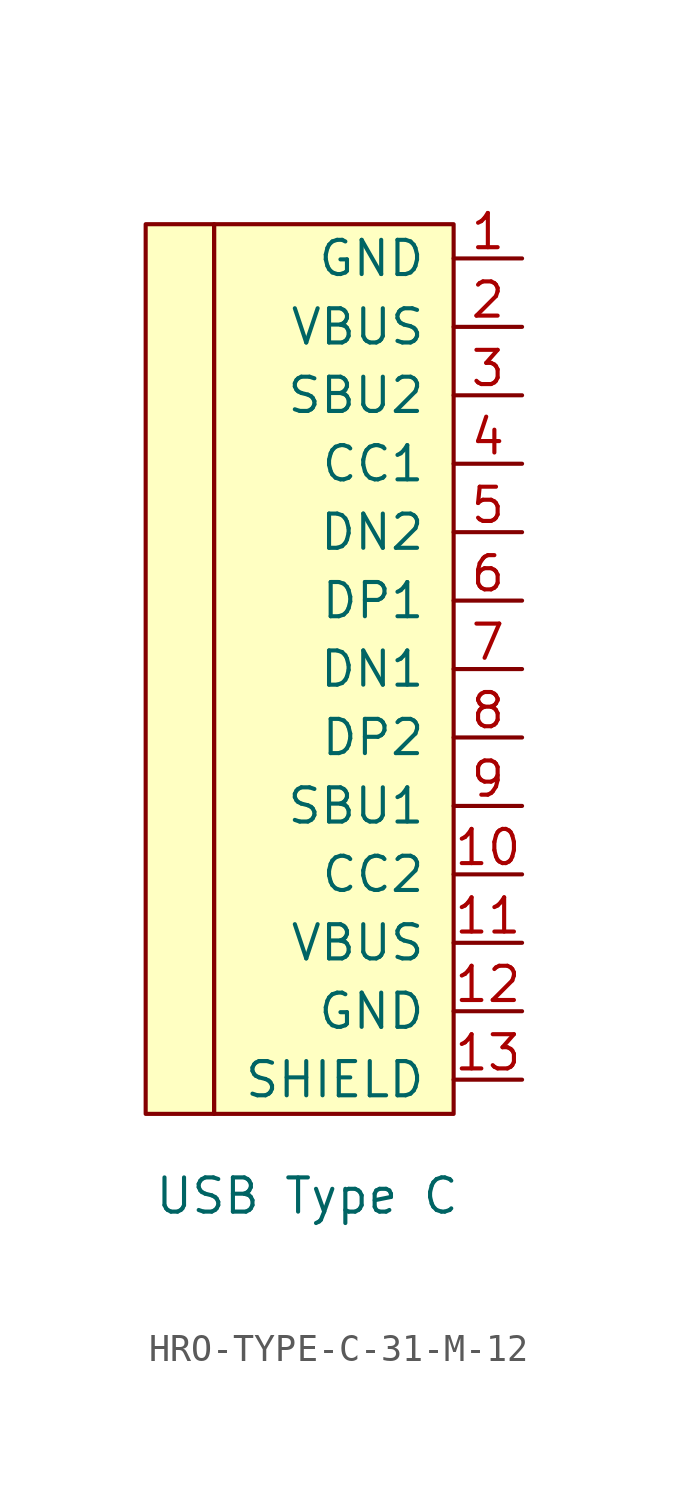
<source format=kicad_sym>
(kicad_symbol_lib
  (version 20231120)
  (generator "kicad_symbol_editor")
  (generator_version "8.0")
  (symbol "HRO-TYPE-C-31-M-12"
    (pin_names
      (offset 1.016))
    (property "Reference" "USB1"
      (at -6.35 10.16 0)
      (effects (font (size 1.27 1.27)) (justify right) (hide yes)))
    (property "Value" "USB Type C"
      (at 0.254 -20.828 0)
      (effects (font (size 1.27 1.27)) (justify right)))
    (symbol "HRO-TYPE-C-31-M-12_0_1"
      (rectangle (start -11.43 15.24) (end -8.89 -17.78) (stroke (width 0) (type default)) (fill (type background)))
      (rectangle (start 0 -17.78) (end -8.89 15.24) (stroke (width 0) (type default)) (fill (type background))))
    (symbol "HRO-TYPE-C-31-M-12_1_1"
      (pin input line (at 2.54 13.97 180) (length 2.54) (name "GND" (effects (font (size 1.27 1.27)))) (number "1" (effects (font (size 1.27 1.27)))))
      (pin input line (at 2.54 -8.89 180) (length 2.54) (name "CC2" (effects (font (size 1.27 1.27)))) (number "10" (effects (font (size 1.27 1.27)))))
      (pin input line (at 2.54 -11.43 180) (length 2.54) (name "VBUS" (effects (font (size 1.27 1.27)))) (number "11" (effects (font (size 1.27 1.27)))))
      (pin input line (at 2.54 -13.97 180) (length 2.54) (name "GND" (effects (font (size 1.27 1.27)))) (number "12" (effects (font (size 1.27 1.27)))))
      (pin input line (at 2.54 -16.51 180) (length 2.54) (name "SHIELD" (effects (font (size 1.27 1.27)))) (number "13" (effects (font (size 1.27 1.27)))))
      (pin input line (at 2.54 11.43 180) (length 2.54) (name "VBUS" (effects (font (size 1.27 1.27)))) (number "2" (effects (font (size 1.27 1.27)))))
      (pin input line (at 2.54 8.89 180) (length 2.54) (name "SBU2" (effects (font (size 1.27 1.27)))) (number "3" (effects (font (size 1.27 1.27)))))
      (pin input line (at 2.54 6.35 180) (length 2.54) (name "CC1" (effects (font (size 1.27 1.27)))) (number "4" (effects (font (size 1.27 1.27)))))
      (pin input line (at 2.54 3.81 180) (length 2.54) (name "DN2" (effects (font (size 1.27 1.27)))) (number "5" (effects (font (size 1.27 1.27)))))
      (pin input line (at 2.54 1.27 180) (length 2.54) (name "DP1" (effects (font (size 1.27 1.27)))) (number "6" (effects (font (size 1.27 1.27)))))
      (pin input line (at 2.54 -1.27 180) (length 2.54) (name "DN1" (effects (font (size 1.27 1.27)))) (number "7" (effects (font (size 1.27 1.27)))))
      (pin input line (at 2.54 -3.81 180) (length 2.54) (name "DP2" (effects (font (size 1.27 1.27)))) (number "8" (effects (font (size 1.27 1.27)))))
      (pin input line (at 2.54 -6.35 180) (length 2.54) (name "SBU1" (effects (font (size 1.27 1.27)))) (number "9" (effects (font (size 1.27 1.27))))))))
</source>
